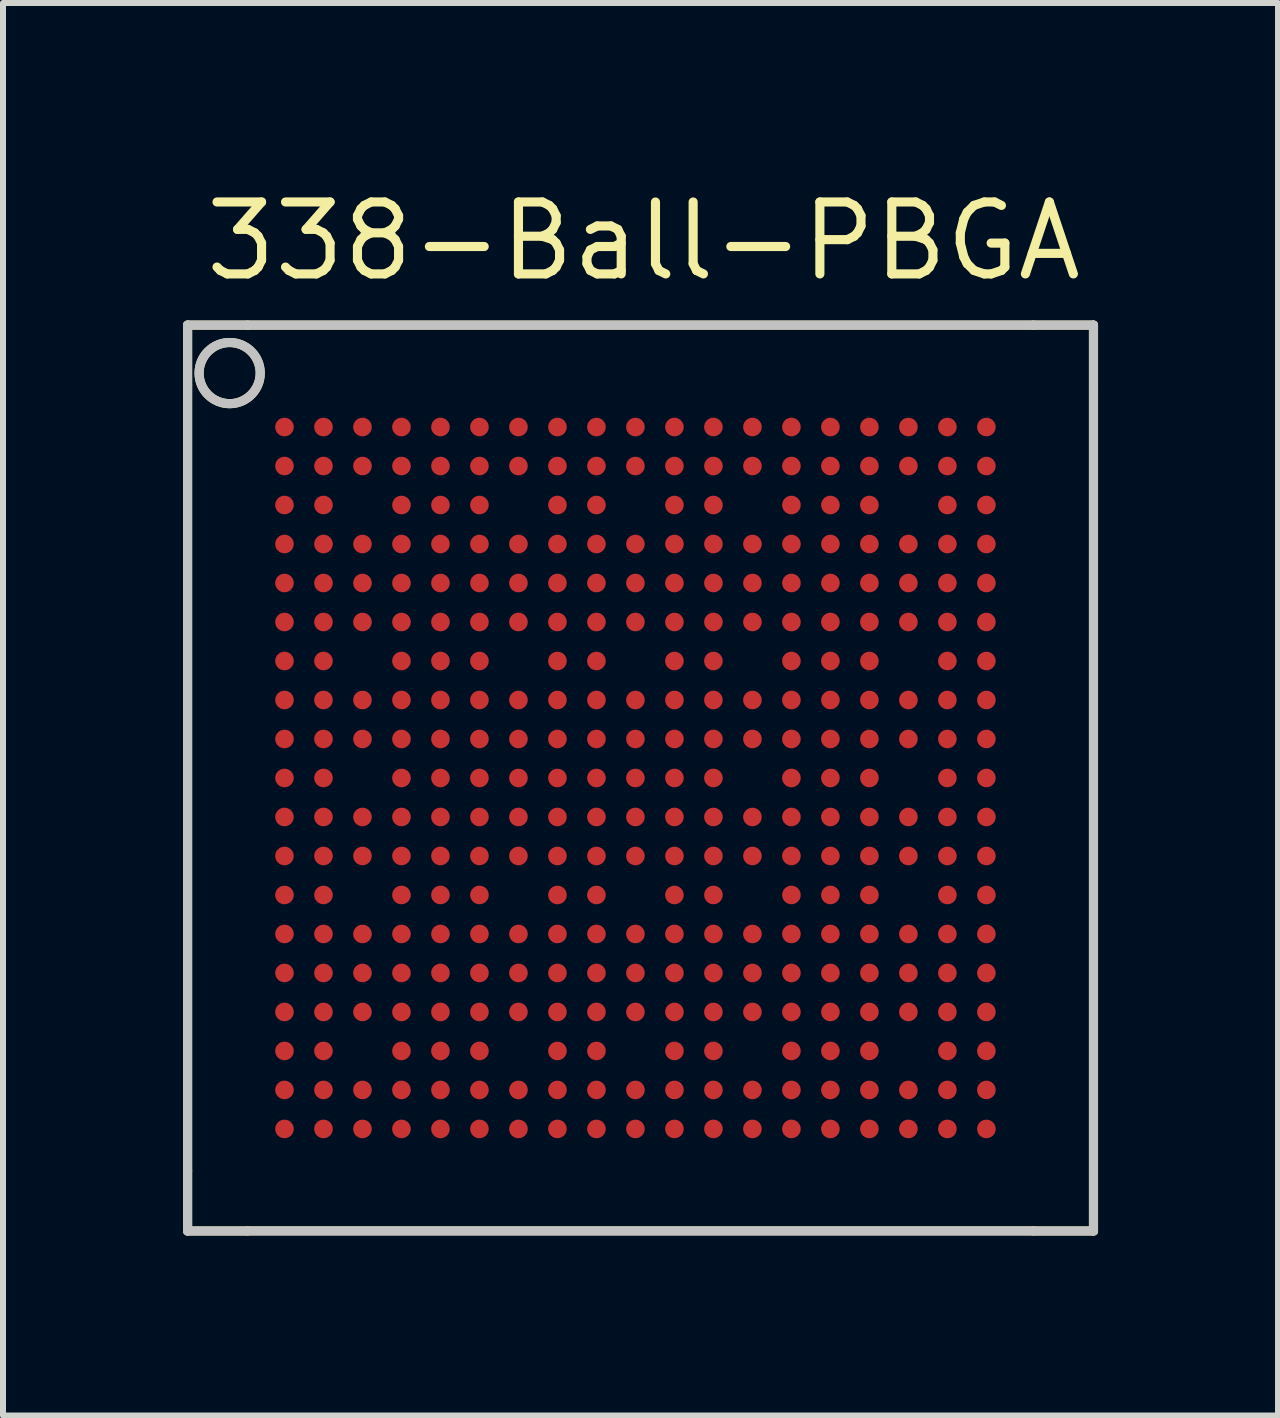
<source format=kicad_pcb>
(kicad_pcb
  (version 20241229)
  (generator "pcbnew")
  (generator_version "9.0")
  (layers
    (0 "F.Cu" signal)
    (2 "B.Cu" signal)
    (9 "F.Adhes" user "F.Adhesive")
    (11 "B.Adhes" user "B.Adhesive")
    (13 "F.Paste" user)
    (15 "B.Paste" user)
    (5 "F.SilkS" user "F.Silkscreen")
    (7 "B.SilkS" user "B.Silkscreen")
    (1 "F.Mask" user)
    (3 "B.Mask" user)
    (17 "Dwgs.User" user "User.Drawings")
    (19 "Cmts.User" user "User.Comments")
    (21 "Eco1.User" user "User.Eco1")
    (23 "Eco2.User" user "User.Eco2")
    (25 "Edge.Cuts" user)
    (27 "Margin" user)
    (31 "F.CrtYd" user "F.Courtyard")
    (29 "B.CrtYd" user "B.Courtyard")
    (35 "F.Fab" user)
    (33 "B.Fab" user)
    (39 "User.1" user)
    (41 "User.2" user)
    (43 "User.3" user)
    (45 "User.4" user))
  (footprint "338-Ball-PBGA"
    (layer "F.Cu")
    (at 1.692 4.068)
    (property "Reference" "338-Ball-PBGA" (at 5.984 -3.099 0) (layer "F.SilkS") (effects (font (size 1.199 1.199) (thickness 0.152))))
    (attr through_hole)
    (fp_line (start -1.615 -1.699) (end -0.615 -1.699) (stroke (width 0.152) (type solid)) (layer "F.SilkS"))
    (fp_line (start -1.615 -0.701) (end -1.615 -1.699) (stroke (width 0.152) (type solid)) (layer "F.SilkS"))
    (fp_line (start -1.615 -0.699) (end -1.615 12.4) (stroke (width 0.152) (type solid)) (layer "F.SilkS"))
    (fp_line (start -1.615 13.401) (end -1.615 12.4) (stroke (width 0.152) (type solid)) (layer "F.SilkS"))
    (fp_line (start -0.615 -1.699) (end 12.484 -1.699) (stroke (width 0.152) (type solid)) (layer "F.SilkS"))
    (fp_line (start -0.615 13.399) (end 12.484 13.399) (stroke (width 0.152) (type solid)) (layer "F.SilkS"))
    (fp_line (start -0.615 13.401) (end -1.615 13.401) (stroke (width 0.152) (type solid)) (layer "F.SilkS"))
    (fp_line (start 12.484 -1.699) (end 13.485 -1.699) (stroke (width 0.152) (type solid)) (layer "F.SilkS"))
    (fp_line (start 13.485 -1.699) (end 13.485 -0.701) (stroke (width 0.152) (type solid)) (layer "F.SilkS"))
    (fp_line (start 13.485 -0.701) (end 13.485 12.398) (stroke (width 0.152) (type solid)) (layer "F.SilkS"))
    (fp_line (start 13.485 12.4) (end 13.485 13.401) (stroke (width 0.152) (type solid)) (layer "F.SilkS"))
    (fp_line (start 13.485 13.401) (end 12.484 13.401) (stroke (width 0.152) (type solid)) (layer "F.SilkS"))
    (fp_circle (center -0.914 -0.899) (end -0.414 -0.8) (stroke (width 0.152) (type solid)) (fill no) (layer "F.SilkS"))
    (fp_line (start -1.615 -1.699) (end 13.485 -1.699) (stroke (width 0.152) (type solid)) (layer "Dwgs.User"))
    (fp_line (start -1.615 13.401) (end -1.615 -1.699) (stroke (width 0.152) (type solid)) (layer "Dwgs.User"))
    (fp_line (start 13.485 -1.699) (end 13.485 13.401) (stroke (width 0.152) (type solid)) (layer "Dwgs.User"))
    (fp_line (start 13.485 13.401) (end -1.615 13.401) (stroke (width 0.152) (type solid)) (layer "Dwgs.User"))
    (fp_circle (center -0.914 -0.899) (end -0.414 -0.8) (stroke (width 0.152) (type solid)) (fill no) (layer "Dwgs.User"))
    (pad "A1" smd circle (at 0 0) (size 0.31 0.31) (layers "F.Cu" "F.Mask" "F.Paste"))
    (pad "A2" smd circle (at 0.65 0) (size 0.31 0.31) (layers "F.Cu" "F.Mask" "F.Paste"))
    (pad "A3" smd circle (at 1.3 0) (size 0.31 0.31) (layers "F.Cu" "F.Mask" "F.Paste"))
    (pad "A4" smd circle (at 1.95 0) (size 0.31 0.31) (layers "F.Cu" "F.Mask" "F.Paste"))
    (pad "A5" smd circle (at 2.6 0) (size 0.31 0.31) (layers "F.Cu" "F.Mask" "F.Paste"))
    (pad "A6" smd circle (at 3.25 0) (size 0.31 0.31) (layers "F.Cu" "F.Mask" "F.Paste"))
    (pad "A7" smd circle (at 3.9 0) (size 0.31 0.31) (layers "F.Cu" "F.Mask" "F.Paste"))
    (pad "A8" smd circle (at 4.55 0) (size 0.31 0.31) (layers "F.Cu" "F.Mask" "F.Paste"))
    (pad "A9" smd circle (at 5.2 0) (size 0.31 0.31) (layers "F.Cu" "F.Mask" "F.Paste"))
    (pad "A10" smd circle (at 5.85 0) (size 0.31 0.31) (layers "F.Cu" "F.Mask" "F.Paste"))
    (pad "A11" smd circle (at 6.5 0) (size 0.31 0.31) (layers "F.Cu" "F.Mask" "F.Paste"))
    (pad "A12" smd circle (at 7.15 0) (size 0.31 0.31) (layers "F.Cu" "F.Mask" "F.Paste"))
    (pad "A13" smd circle (at 7.8 0) (size 0.31 0.31) (layers "F.Cu" "F.Mask" "F.Paste"))
    (pad "A14" smd circle (at 8.45 0) (size 0.31 0.31) (layers "F.Cu" "F.Mask" "F.Paste"))
    (pad "A15" smd circle (at 9.1 0) (size 0.31 0.31) (layers "F.Cu" "F.Mask" "F.Paste"))
    (pad "A16" smd circle (at 9.75 0) (size 0.31 0.31) (layers "F.Cu" "F.Mask" "F.Paste"))
    (pad "A17" smd circle (at 10.4 0) (size 0.31 0.31) (layers "F.Cu" "F.Mask" "F.Paste"))
    (pad "A18" smd circle (at 11.05 0) (size 0.31 0.31) (layers "F.Cu" "F.Mask" "F.Paste"))
    (pad "A19" smd circle (at 11.7 0) (size 0.31 0.31) (layers "F.Cu" "F.Mask" "F.Paste"))
    (pad "B1" smd circle (at 0 0.65) (size 0.31 0.31) (layers "F.Cu" "F.Mask" "F.Paste"))
    (pad "B2" smd circle (at 0.65 0.65) (size 0.31 0.31) (layers "F.Cu" "F.Mask" "F.Paste"))
    (pad "B3" smd circle (at 1.3 0.65) (size 0.31 0.31) (layers "F.Cu" "F.Mask" "F.Paste"))
    (pad "B4" smd circle (at 1.95 0.65) (size 0.31 0.31) (layers "F.Cu" "F.Mask" "F.Paste"))
    (pad "B5" smd circle (at 2.6 0.65) (size 0.31 0.31) (layers "F.Cu" "F.Mask" "F.Paste"))
    (pad "B6" smd circle (at 3.25 0.65) (size 0.31 0.31) (layers "F.Cu" "F.Mask" "F.Paste"))
    (pad "B7" smd circle (at 3.9 0.65) (size 0.31 0.31) (layers "F.Cu" "F.Mask" "F.Paste"))
    (pad "B8" smd circle (at 4.55 0.65) (size 0.31 0.31) (layers "F.Cu" "F.Mask" "F.Paste"))
    (pad "B9" smd circle (at 5.2 0.65) (size 0.31 0.31) (layers "F.Cu" "F.Mask" "F.Paste"))
    (pad "B10" smd circle (at 5.85 0.65) (size 0.31 0.31) (layers "F.Cu" "F.Mask" "F.Paste"))
    (pad "B11" smd circle (at 6.5 0.65) (size 0.31 0.31) (layers "F.Cu" "F.Mask" "F.Paste"))
    (pad "B12" smd circle (at 7.15 0.65) (size 0.31 0.31) (layers "F.Cu" "F.Mask" "F.Paste"))
    (pad "B13" smd circle (at 7.8 0.65) (size 0.31 0.31) (layers "F.Cu" "F.Mask" "F.Paste"))
    (pad "B14" smd circle (at 8.45 0.65) (size 0.31 0.31) (layers "F.Cu" "F.Mask" "F.Paste"))
    (pad "B15" smd circle (at 9.1 0.65) (size 0.31 0.31) (layers "F.Cu" "F.Mask" "F.Paste"))
    (pad "B16" smd circle (at 9.75 0.65) (size 0.31 0.31) (layers "F.Cu" "F.Mask" "F.Paste"))
    (pad "B17" smd circle (at 10.4 0.65) (size 0.31 0.31) (layers "F.Cu" "F.Mask" "F.Paste"))
    (pad "B18" smd circle (at 11.05 0.65) (size 0.31 0.31) (layers "F.Cu" "F.Mask" "F.Paste"))
    (pad "B19" smd circle (at 11.7 0.65) (size 0.31 0.31) (layers "F.Cu" "F.Mask" "F.Paste"))
    (pad "C1" smd circle (at 0 1.3) (size 0.31 0.31) (layers "F.Cu" "F.Mask" "F.Paste"))
    (pad "C2" smd circle (at 0.65 1.3) (size 0.31 0.31) (layers "F.Cu" "F.Mask" "F.Paste"))
    (pad "C4" smd circle (at 1.95 1.3) (size 0.31 0.31) (layers "F.Cu" "F.Mask" "F.Paste"))
    (pad "C5" smd circle (at 2.6 1.3) (size 0.31 0.31) (layers "F.Cu" "F.Mask" "F.Paste"))
    (pad "C6" smd circle (at 3.25 1.3) (size 0.31 0.31) (layers "F.Cu" "F.Mask" "F.Paste"))
    (pad "C8" smd circle (at 4.55 1.3) (size 0.31 0.31) (layers "F.Cu" "F.Mask" "F.Paste"))
    (pad "C9" smd circle (at 5.2 1.3) (size 0.31 0.31) (layers "F.Cu" "F.Mask" "F.Paste"))
    (pad "C11" smd circle (at 6.5 1.3) (size 0.31 0.31) (layers "F.Cu" "F.Mask" "F.Paste"))
    (pad "C12" smd circle (at 7.15 1.3) (size 0.31 0.31) (layers "F.Cu" "F.Mask" "F.Paste"))
    (pad "C14" smd circle (at 8.45 1.3) (size 0.31 0.31) (layers "F.Cu" "F.Mask" "F.Paste"))
    (pad "C15" smd circle (at 9.1 1.3) (size 0.31 0.31) (layers "F.Cu" "F.Mask" "F.Paste"))
    (pad "C16" smd circle (at 9.75 1.3) (size 0.31 0.31) (layers "F.Cu" "F.Mask" "F.Paste"))
    (pad "C18" smd circle (at 11.05 1.3) (size 0.31 0.31) (layers "F.Cu" "F.Mask" "F.Paste"))
    (pad "C19" smd circle (at 11.7 1.3) (size 0.31 0.31) (layers "F.Cu" "F.Mask" "F.Paste"))
    (pad "D1" smd circle (at 0 1.95) (size 0.31 0.31) (layers "F.Cu" "F.Mask" "F.Paste"))
    (pad "D2" smd circle (at 0.65 1.95) (size 0.31 0.31) (layers "F.Cu" "F.Mask" "F.Paste"))
    (pad "D3" smd circle (at 1.3 1.95) (size 0.31 0.31) (layers "F.Cu" "F.Mask" "F.Paste"))
    (pad "D4" smd circle (at 1.95 1.95) (size 0.31 0.31) (layers "F.Cu" "F.Mask" "F.Paste"))
    (pad "D5" smd circle (at 2.6 1.95) (size 0.31 0.31) (layers "F.Cu" "F.Mask" "F.Paste"))
    (pad "D6" smd circle (at 3.25 1.95) (size 0.31 0.31) (layers "F.Cu" "F.Mask" "F.Paste"))
    (pad "D7" smd circle (at 3.9 1.95) (size 0.31 0.31) (layers "F.Cu" "F.Mask" "F.Paste"))
    (pad "D8" smd circle (at 4.55 1.95) (size 0.31 0.31) (layers "F.Cu" "F.Mask" "F.Paste"))
    (pad "D9" smd circle (at 5.2 1.95) (size 0.31 0.31) (layers "F.Cu" "F.Mask" "F.Paste"))
    (pad "D10" smd circle (at 5.85 1.95) (size 0.31 0.31) (layers "F.Cu" "F.Mask" "F.Paste"))
    (pad "D11" smd circle (at 6.5 1.95) (size 0.31 0.31) (layers "F.Cu" "F.Mask" "F.Paste"))
    (pad "D12" smd circle (at 7.15 1.95) (size 0.31 0.31) (layers "F.Cu" "F.Mask" "F.Paste"))
    (pad "D13" smd circle (at 7.8 1.95) (size 0.31 0.31) (layers "F.Cu" "F.Mask" "F.Paste"))
    (pad "D14" smd circle (at 8.45 1.95) (size 0.31 0.31) (layers "F.Cu" "F.Mask" "F.Paste"))
    (pad "D15" smd circle (at 9.1 1.95) (size 0.31 0.31) (layers "F.Cu" "F.Mask" "F.Paste"))
    (pad "D16" smd circle (at 9.75 1.95) (size 0.31 0.31) (layers "F.Cu" "F.Mask" "F.Paste"))
    (pad "D17" smd circle (at 10.4 1.95) (size 0.31 0.31) (layers "F.Cu" "F.Mask" "F.Paste"))
    (pad "D18" smd circle (at 11.05 1.95) (size 0.31 0.31) (layers "F.Cu" "F.Mask" "F.Paste"))
    (pad "D19" smd circle (at 11.7 1.95) (size 0.31 0.31) (layers "F.Cu" "F.Mask" "F.Paste"))
    (pad "E1" smd circle (at 0 2.6) (size 0.31 0.31) (layers "F.Cu" "F.Mask" "F.Paste"))
    (pad "E2" smd circle (at 0.65 2.6) (size 0.31 0.31) (layers "F.Cu" "F.Mask" "F.Paste"))
    (pad "E3" smd circle (at 1.3 2.6) (size 0.31 0.31) (layers "F.Cu" "F.Mask" "F.Paste"))
    (pad "E4" smd circle (at 1.95 2.6) (size 0.31 0.31) (layers "F.Cu" "F.Mask" "F.Paste"))
    (pad "E5" smd circle (at 2.6 2.6) (size 0.31 0.31) (layers "F.Cu" "F.Mask" "F.Paste"))
    (pad "E6" smd circle (at 3.25 2.6) (size 0.31 0.31) (layers "F.Cu" "F.Mask" "F.Paste"))
    (pad "E7" smd circle (at 3.9 2.6) (size 0.31 0.31) (layers "F.Cu" "F.Mask" "F.Paste"))
    (pad "E8" smd circle (at 4.55 2.6) (size 0.31 0.31) (layers "F.Cu" "F.Mask" "F.Paste"))
    (pad "E9" smd circle (at 5.2 2.6) (size 0.31 0.31) (layers "F.Cu" "F.Mask" "F.Paste"))
    (pad "E10" smd circle (at 5.85 2.6) (size 0.31 0.31) (layers "F.Cu" "F.Mask" "F.Paste"))
    (pad "E11" smd circle (at 6.5 2.6) (size 0.31 0.31) (layers "F.Cu" "F.Mask" "F.Paste"))
    (pad "E12" smd circle (at 7.15 2.6) (size 0.31 0.31) (layers "F.Cu" "F.Mask" "F.Paste"))
    (pad "E13" smd circle (at 7.8 2.6) (size 0.31 0.31) (layers "F.Cu" "F.Mask" "F.Paste"))
    (pad "E14" smd circle (at 8.45 2.6) (size 0.31 0.31) (layers "F.Cu" "F.Mask" "F.Paste"))
    (pad "E15" smd circle (at 9.1 2.6) (size 0.31 0.31) (layers "F.Cu" "F.Mask" "F.Paste"))
    (pad "E16" smd circle (at 9.75 2.6) (size 0.31 0.31) (layers "F.Cu" "F.Mask" "F.Paste"))
    (pad "E17" smd circle (at 10.4 2.6) (size 0.31 0.31) (layers "F.Cu" "F.Mask" "F.Paste"))
    (pad "E18" smd circle (at 11.05 2.6) (size 0.31 0.31) (layers "F.Cu" "F.Mask" "F.Paste"))
    (pad "E19" smd circle (at 11.7 2.6) (size 0.31 0.31) (layers "F.Cu" "F.Mask" "F.Paste"))
    (pad "F1" smd circle (at 0 3.25) (size 0.31 0.31) (layers "F.Cu" "F.Mask" "F.Paste"))
    (pad "F2" smd circle (at 0.65 3.25) (size 0.31 0.31) (layers "F.Cu" "F.Mask" "F.Paste"))
    (pad "F3" smd circle (at 1.3 3.25) (size 0.31 0.31) (layers "F.Cu" "F.Mask" "F.Paste"))
    (pad "F4" smd circle (at 1.95 3.25) (size 0.31 0.31) (layers "F.Cu" "F.Mask" "F.Paste"))
    (pad "F5" smd circle (at 2.6 3.25) (size 0.31 0.31) (layers "F.Cu" "F.Mask" "F.Paste"))
    (pad "F6" smd circle (at 3.25 3.25) (size 0.31 0.31) (layers "F.Cu" "F.Mask" "F.Paste"))
    (pad "F7" smd circle (at 3.9 3.25) (size 0.31 0.31) (layers "F.Cu" "F.Mask" "F.Paste"))
    (pad "F8" smd circle (at 4.55 3.25) (size 0.31 0.31) (layers "F.Cu" "F.Mask" "F.Paste"))
    (pad "F9" smd circle (at 5.2 3.25) (size 0.31 0.31) (layers "F.Cu" "F.Mask" "F.Paste"))
    (pad "F10" smd circle (at 5.85 3.25) (size 0.31 0.31) (layers "F.Cu" "F.Mask" "F.Paste"))
    (pad "F11" smd circle (at 6.5 3.25) (size 0.31 0.31) (layers "F.Cu" "F.Mask" "F.Paste"))
    (pad "F12" smd circle (at 7.15 3.25) (size 0.31 0.31) (layers "F.Cu" "F.Mask" "F.Paste"))
    (pad "F13" smd circle (at 7.8 3.25) (size 0.31 0.31) (layers "F.Cu" "F.Mask" "F.Paste"))
    (pad "F14" smd circle (at 8.45 3.25) (size 0.31 0.31) (layers "F.Cu" "F.Mask" "F.Paste"))
    (pad "F15" smd circle (at 9.1 3.25) (size 0.31 0.31) (layers "F.Cu" "F.Mask" "F.Paste"))
    (pad "F16" smd circle (at 9.75 3.25) (size 0.31 0.31) (layers "F.Cu" "F.Mask" "F.Paste"))
    (pad "F17" smd circle (at 10.4 3.25) (size 0.31 0.31) (layers "F.Cu" "F.Mask" "F.Paste"))
    (pad "F18" smd circle (at 11.05 3.25) (size 0.31 0.31) (layers "F.Cu" "F.Mask" "F.Paste"))
    (pad "F19" smd circle (at 11.7 3.25) (size 0.31 0.31) (layers "F.Cu" "F.Mask" "F.Paste"))
    (pad "G1" smd circle (at 0 3.9) (size 0.31 0.31) (layers "F.Cu" "F.Mask" "F.Paste"))
    (pad "G2" smd circle (at 0.65 3.9) (size 0.31 0.31) (layers "F.Cu" "F.Mask" "F.Paste"))
    (pad "G4" smd circle (at 1.95 3.9) (size 0.31 0.31) (layers "F.Cu" "F.Mask" "F.Paste"))
    (pad "G5" smd circle (at 2.6 3.9) (size 0.31 0.31) (layers "F.Cu" "F.Mask" "F.Paste"))
    (pad "G6" smd circle (at 3.25 3.9) (size 0.31 0.31) (layers "F.Cu" "F.Mask" "F.Paste"))
    (pad "G8" smd circle (at 4.55 3.9) (size 0.31 0.31) (layers "F.Cu" "F.Mask" "F.Paste"))
    (pad "G9" smd circle (at 5.2 3.9) (size 0.31 0.31) (layers "F.Cu" "F.Mask" "F.Paste"))
    (pad "G11" smd circle (at 6.5 3.9) (size 0.31 0.31) (layers "F.Cu" "F.Mask" "F.Paste"))
    (pad "G12" smd circle (at 7.15 3.9) (size 0.31 0.31) (layers "F.Cu" "F.Mask" "F.Paste"))
    (pad "G14" smd circle (at 8.45 3.9) (size 0.31 0.31) (layers "F.Cu" "F.Mask" "F.Paste"))
    (pad "G15" smd circle (at 9.1 3.9) (size 0.31 0.31) (layers "F.Cu" "F.Mask" "F.Paste"))
    (pad "G16" smd circle (at 9.75 3.9) (size 0.31 0.31) (layers "F.Cu" "F.Mask" "F.Paste"))
    (pad "G18" smd circle (at 11.05 3.9) (size 0.31 0.31) (layers "F.Cu" "F.Mask" "F.Paste"))
    (pad "G19" smd circle (at 11.7 3.9) (size 0.31 0.31) (layers "F.Cu" "F.Mask" "F.Paste"))
    (pad "H1" smd circle (at 0 4.55) (size 0.31 0.31) (layers "F.Cu" "F.Mask" "F.Paste"))
    (pad "H2" smd circle (at 0.65 4.55) (size 0.31 0.31) (layers "F.Cu" "F.Mask" "F.Paste"))
    (pad "H3" smd circle (at 1.3 4.55) (size 0.31 0.31) (layers "F.Cu" "F.Mask" "F.Paste"))
    (pad "H4" smd circle (at 1.95 4.55) (size 0.31 0.31) (layers "F.Cu" "F.Mask" "F.Paste"))
    (pad "H5" smd circle (at 2.6 4.55) (size 0.31 0.31) (layers "F.Cu" "F.Mask" "F.Paste"))
    (pad "H6" smd circle (at 3.25 4.55) (size 0.31 0.31) (layers "F.Cu" "F.Mask" "F.Paste"))
    (pad "H7" smd circle (at 3.9 4.55) (size 0.31 0.31) (layers "F.Cu" "F.Mask" "F.Paste"))
    (pad "H8" smd circle (at 4.55 4.55) (size 0.31 0.31) (layers "F.Cu" "F.Mask" "F.Paste"))
    (pad "H9" smd circle (at 5.2 4.55) (size 0.31 0.31) (layers "F.Cu" "F.Mask" "F.Paste"))
    (pad "H10" smd circle (at 5.85 4.55) (size 0.31 0.31) (layers "F.Cu" "F.Mask" "F.Paste"))
    (pad "H11" smd circle (at 6.5 4.55) (size 0.31 0.31) (layers "F.Cu" "F.Mask" "F.Paste"))
    (pad "H12" smd circle (at 7.15 4.55) (size 0.31 0.31) (layers "F.Cu" "F.Mask" "F.Paste"))
    (pad "H13" smd circle (at 7.8 4.55) (size 0.31 0.31) (layers "F.Cu" "F.Mask" "F.Paste"))
    (pad "H14" smd circle (at 8.45 4.55) (size 0.31 0.31) (layers "F.Cu" "F.Mask" "F.Paste"))
    (pad "H15" smd circle (at 9.1 4.55) (size 0.31 0.31) (layers "F.Cu" "F.Mask" "F.Paste"))
    (pad "H16" smd circle (at 9.75 4.55) (size 0.31 0.31) (layers "F.Cu" "F.Mask" "F.Paste"))
    (pad "H17" smd circle (at 10.4 4.55) (size 0.31 0.31) (layers "F.Cu" "F.Mask" "F.Paste"))
    (pad "H18" smd circle (at 11.05 4.55) (size 0.31 0.31) (layers "F.Cu" "F.Mask" "F.Paste"))
    (pad "H19" smd circle (at 11.7 4.55) (size 0.31 0.31) (layers "F.Cu" "F.Mask" "F.Paste"))
    (pad "J1" smd circle (at 0 5.2) (size 0.31 0.31) (layers "F.Cu" "F.Mask" "F.Paste"))
    (pad "J2" smd circle (at 0.65 5.2) (size 0.31 0.31) (layers "F.Cu" "F.Mask" "F.Paste"))
    (pad "J3" smd circle (at 1.3 5.2) (size 0.31 0.31) (layers "F.Cu" "F.Mask" "F.Paste"))
    (pad "J4" smd circle (at 1.95 5.2) (size 0.31 0.31) (layers "F.Cu" "F.Mask" "F.Paste"))
    (pad "J5" smd circle (at 2.6 5.2) (size 0.31 0.31) (layers "F.Cu" "F.Mask" "F.Paste"))
    (pad "J6" smd circle (at 3.25 5.2) (size 0.31 0.31) (layers "F.Cu" "F.Mask" "F.Paste"))
    (pad "J7" smd circle (at 3.9 5.2) (size 0.31 0.31) (layers "F.Cu" "F.Mask" "F.Paste"))
    (pad "J8" smd circle (at 4.55 5.2) (size 0.31 0.31) (layers "F.Cu" "F.Mask" "F.Paste"))
    (pad "J9" smd circle (at 5.2 5.2) (size 0.31 0.31) (layers "F.Cu" "F.Mask" "F.Paste"))
    (pad "J10" smd circle (at 5.85 5.2) (size 0.31 0.31) (layers "F.Cu" "F.Mask" "F.Paste"))
    (pad "J11" smd circle (at 6.5 5.2) (size 0.31 0.31) (layers "F.Cu" "F.Mask" "F.Paste"))
    (pad "J12" smd circle (at 7.15 5.2) (size 0.31 0.31) (layers "F.Cu" "F.Mask" "F.Paste"))
    (pad "J13" smd circle (at 7.8 5.2) (size 0.31 0.31) (layers "F.Cu" "F.Mask" "F.Paste"))
    (pad "J14" smd circle (at 8.45 5.2) (size 0.31 0.31) (layers "F.Cu" "F.Mask" "F.Paste"))
    (pad "J15" smd circle (at 9.1 5.2) (size 0.31 0.31) (layers "F.Cu" "F.Mask" "F.Paste"))
    (pad "J16" smd circle (at 9.75 5.2) (size 0.31 0.31) (layers "F.Cu" "F.Mask" "F.Paste"))
    (pad "J17" smd circle (at 10.4 5.2) (size 0.31 0.31) (layers "F.Cu" "F.Mask" "F.Paste"))
    (pad "J18" smd circle (at 11.05 5.2) (size 0.31 0.31) (layers "F.Cu" "F.Mask" "F.Paste"))
    (pad "J19" smd circle (at 11.7 5.2) (size 0.31 0.31) (layers "F.Cu" "F.Mask" "F.Paste"))
    (pad "K1" smd circle (at 0 5.85) (size 0.31 0.31) (layers "F.Cu" "F.Mask" "F.Paste"))
    (pad "K2" smd circle (at 0.65 5.85) (size 0.31 0.31) (layers "F.Cu" "F.Mask" "F.Paste"))
    (pad "K4" smd circle (at 1.95 5.85) (size 0.31 0.31) (layers "F.Cu" "F.Mask" "F.Paste"))
    (pad "K5" smd circle (at 2.6 5.85) (size 0.31 0.31) (layers "F.Cu" "F.Mask" "F.Paste"))
    (pad "K6" smd circle (at 3.25 5.85) (size 0.31 0.31) (layers "F.Cu" "F.Mask" "F.Paste"))
    (pad "K7" smd circle (at 3.9 5.85) (size 0.31 0.31) (layers "F.Cu" "F.Mask" "F.Paste"))
    (pad "K8" smd circle (at 4.55 5.85) (size 0.31 0.31) (layers "F.Cu" "F.Mask" "F.Paste"))
    (pad "K9" smd circle (at 5.2 5.85) (size 0.31 0.31) (layers "F.Cu" "F.Mask" "F.Paste"))
    (pad "K10" smd circle (at 5.85 5.85) (size 0.31 0.31) (layers "F.Cu" "F.Mask" "F.Paste"))
    (pad "K11" smd circle (at 6.5 5.85) (size 0.31 0.31) (layers "F.Cu" "F.Mask" "F.Paste"))
    (pad "K12" smd circle (at 7.15 5.85) (size 0.31 0.31) (layers "F.Cu" "F.Mask" "F.Paste"))
    (pad "K14" smd circle (at 8.45 5.85) (size 0.31 0.31) (layers "F.Cu" "F.Mask" "F.Paste"))
    (pad "K15" smd circle (at 9.1 5.85) (size 0.31 0.31) (layers "F.Cu" "F.Mask" "F.Paste"))
    (pad "K16" smd circle (at 9.75 5.85) (size 0.31 0.31) (layers "F.Cu" "F.Mask" "F.Paste"))
    (pad "K18" smd circle (at 11.05 5.85) (size 0.31 0.31) (layers "F.Cu" "F.Mask" "F.Paste"))
    (pad "K19" smd circle (at 11.7 5.85) (size 0.31 0.31) (layers "F.Cu" "F.Mask" "F.Paste"))
    (pad "L1" smd circle (at 0 6.5) (size 0.31 0.31) (layers "F.Cu" "F.Mask" "F.Paste"))
    (pad "L2" smd circle (at 0.65 6.5) (size 0.31 0.31) (layers "F.Cu" "F.Mask" "F.Paste"))
    (pad "L3" smd circle (at 1.3 6.5) (size 0.31 0.31) (layers "F.Cu" "F.Mask" "F.Paste"))
    (pad "L4" smd circle (at 1.95 6.5) (size 0.31 0.31) (layers "F.Cu" "F.Mask" "F.Paste"))
    (pad "L5" smd circle (at 2.6 6.5) (size 0.31 0.31) (layers "F.Cu" "F.Mask" "F.Paste"))
    (pad "L6" smd circle (at 3.25 6.5) (size 0.31 0.31) (layers "F.Cu" "F.Mask" "F.Paste"))
    (pad "L7" smd circle (at 3.9 6.5) (size 0.31 0.31) (layers "F.Cu" "F.Mask" "F.Paste"))
    (pad "L8" smd circle (at 4.55 6.5) (size 0.31 0.31) (layers "F.Cu" "F.Mask" "F.Paste"))
    (pad "L9" smd circle (at 5.2 6.5) (size 0.31 0.31) (layers "F.Cu" "F.Mask" "F.Paste"))
    (pad "L10" smd circle (at 5.85 6.5) (size 0.31 0.31) (layers "F.Cu" "F.Mask" "F.Paste"))
    (pad "L11" smd circle (at 6.5 6.5) (size 0.31 0.31) (layers "F.Cu" "F.Mask" "F.Paste"))
    (pad "L12" smd circle (at 7.15 6.5) (size 0.31 0.31) (layers "F.Cu" "F.Mask" "F.Paste"))
    (pad "L13" smd circle (at 7.8 6.5) (size 0.31 0.31) (layers "F.Cu" "F.Mask" "F.Paste"))
    (pad "L14" smd circle (at 8.45 6.5) (size 0.31 0.31) (layers "F.Cu" "F.Mask" "F.Paste"))
    (pad "L15" smd circle (at 9.1 6.5) (size 0.31 0.31) (layers "F.Cu" "F.Mask" "F.Paste"))
    (pad "L16" smd circle (at 9.75 6.5) (size 0.31 0.31) (layers "F.Cu" "F.Mask" "F.Paste"))
    (pad "L17" smd circle (at 10.4 6.5) (size 0.31 0.31) (layers "F.Cu" "F.Mask" "F.Paste"))
    (pad "L18" smd circle (at 11.05 6.5) (size 0.31 0.31) (layers "F.Cu" "F.Mask" "F.Paste"))
    (pad "L19" smd circle (at 11.7 6.5) (size 0.31 0.31) (layers "F.Cu" "F.Mask" "F.Paste"))
    (pad "M1" smd circle (at 0 7.15) (size 0.31 0.31) (layers "F.Cu" "F.Mask" "F.Paste"))
    (pad "M2" smd circle (at 0.65 7.15) (size 0.31 0.31) (layers "F.Cu" "F.Mask" "F.Paste"))
    (pad "M3" smd circle (at 1.3 7.15) (size 0.31 0.31) (layers "F.Cu" "F.Mask" "F.Paste"))
    (pad "M4" smd circle (at 1.95 7.15) (size 0.31 0.31) (layers "F.Cu" "F.Mask" "F.Paste"))
    (pad "M5" smd circle (at 2.6 7.15) (size 0.31 0.31) (layers "F.Cu" "F.Mask" "F.Paste"))
    (pad "M6" smd circle (at 3.25 7.15) (size 0.31 0.31) (layers "F.Cu" "F.Mask" "F.Paste"))
    (pad "M7" smd circle (at 3.9 7.15) (size 0.31 0.31) (layers "F.Cu" "F.Mask" "F.Paste"))
    (pad "M8" smd circle (at 4.55 7.15) (size 0.31 0.31) (layers "F.Cu" "F.Mask" "F.Paste"))
    (pad "M9" smd circle (at 5.2 7.15) (size 0.31 0.31) (layers "F.Cu" "F.Mask" "F.Paste"))
    (pad "M10" smd circle (at 5.85 7.15) (size 0.31 0.31) (layers "F.Cu" "F.Mask" "F.Paste"))
    (pad "M11" smd circle (at 6.5 7.15) (size 0.31 0.31) (layers "F.Cu" "F.Mask" "F.Paste"))
    (pad "M12" smd circle (at 7.15 7.15) (size 0.31 0.31) (layers "F.Cu" "F.Mask" "F.Paste"))
    (pad "M13" smd circle (at 7.8 7.15) (size 0.31 0.31) (layers "F.Cu" "F.Mask" "F.Paste"))
    (pad "M14" smd circle (at 8.45 7.15) (size 0.31 0.31) (layers "F.Cu" "F.Mask" "F.Paste"))
    (pad "M15" smd circle (at 9.1 7.15) (size 0.31 0.31) (layers "F.Cu" "F.Mask" "F.Paste"))
    (pad "M16" smd circle (at 9.75 7.15) (size 0.31 0.31) (layers "F.Cu" "F.Mask" "F.Paste"))
    (pad "M17" smd circle (at 10.4 7.15) (size 0.31 0.31) (layers "F.Cu" "F.Mask" "F.Paste"))
    (pad "M18" smd circle (at 11.05 7.15) (size 0.31 0.31) (layers "F.Cu" "F.Mask" "F.Paste"))
    (pad "M19" smd circle (at 11.7 7.15) (size 0.31 0.31) (layers "F.Cu" "F.Mask" "F.Paste"))
    (pad "N1" smd circle (at 0 7.8) (size 0.31 0.31) (layers "F.Cu" "F.Mask" "F.Paste"))
    (pad "N2" smd circle (at 0.65 7.8) (size 0.31 0.31) (layers "F.Cu" "F.Mask" "F.Paste"))
    (pad "N4" smd circle (at 1.95 7.8) (size 0.31 0.31) (layers "F.Cu" "F.Mask" "F.Paste"))
    (pad "N5" smd circle (at 2.6 7.8) (size 0.31 0.31) (layers "F.Cu" "F.Mask" "F.Paste"))
    (pad "N6" smd circle (at 3.25 7.8) (size 0.31 0.31) (layers "F.Cu" "F.Mask" "F.Paste"))
    (pad "N8" smd circle (at 4.55 7.8) (size 0.31 0.31) (layers "F.Cu" "F.Mask" "F.Paste"))
    (pad "N9" smd circle (at 5.2 7.8) (size 0.31 0.31) (layers "F.Cu" "F.Mask" "F.Paste"))
    (pad "N11" smd circle (at 6.5 7.8) (size 0.31 0.31) (layers "F.Cu" "F.Mask" "F.Paste"))
    (pad "N12" smd circle (at 7.15 7.8) (size 0.31 0.31) (layers "F.Cu" "F.Mask" "F.Paste"))
    (pad "N14" smd circle (at 8.45 7.8) (size 0.31 0.31) (layers "F.Cu" "F.Mask" "F.Paste"))
    (pad "N15" smd circle (at 9.1 7.8) (size 0.31 0.31) (layers "F.Cu" "F.Mask" "F.Paste"))
    (pad "N16" smd circle (at 9.75 7.8) (size 0.31 0.31) (layers "F.Cu" "F.Mask" "F.Paste"))
    (pad "N18" smd circle (at 11.05 7.8) (size 0.31 0.31) (layers "F.Cu" "F.Mask" "F.Paste"))
    (pad "N19" smd circle (at 11.7 7.8) (size 0.31 0.31) (layers "F.Cu" "F.Mask" "F.Paste"))
    (pad "P1" smd circle (at 0 8.45) (size 0.31 0.31) (layers "F.Cu" "F.Mask" "F.Paste"))
    (pad "P2" smd circle (at 0.65 8.45) (size 0.31 0.31) (layers "F.Cu" "F.Mask" "F.Paste"))
    (pad "P3" smd circle (at 1.3 8.45) (size 0.31 0.31) (layers "F.Cu" "F.Mask" "F.Paste"))
    (pad "P4" smd circle (at 1.95 8.45) (size 0.31 0.31) (layers "F.Cu" "F.Mask" "F.Paste"))
    (pad "P5" smd circle (at 2.6 8.45) (size 0.31 0.31) (layers "F.Cu" "F.Mask" "F.Paste"))
    (pad "P6" smd circle (at 3.25 8.45) (size 0.31 0.31) (layers "F.Cu" "F.Mask" "F.Paste"))
    (pad "P7" smd circle (at 3.9 8.45) (size 0.31 0.31) (layers "F.Cu" "F.Mask" "F.Paste"))
    (pad "P8" smd circle (at 4.55 8.45) (size 0.31 0.31) (layers "F.Cu" "F.Mask" "F.Paste"))
    (pad "P9" smd circle (at 5.2 8.45) (size 0.31 0.31) (layers "F.Cu" "F.Mask" "F.Paste"))
    (pad "P10" smd circle (at 5.85 8.45) (size 0.31 0.31) (layers "F.Cu" "F.Mask" "F.Paste"))
    (pad "P11" smd circle (at 6.5 8.45) (size 0.31 0.31) (layers "F.Cu" "F.Mask" "F.Paste"))
    (pad "P12" smd circle (at 7.15 8.45) (size 0.31 0.31) (layers "F.Cu" "F.Mask" "F.Paste"))
    (pad "P13" smd circle (at 7.8 8.45) (size 0.31 0.31) (layers "F.Cu" "F.Mask" "F.Paste"))
    (pad "P14" smd circle (at 8.45 8.45) (size 0.31 0.31) (layers "F.Cu" "F.Mask" "F.Paste"))
    (pad "P15" smd circle (at 9.1 8.45) (size 0.31 0.31) (layers "F.Cu" "F.Mask" "F.Paste"))
    (pad "P16" smd circle (at 9.75 8.45) (size 0.31 0.31) (layers "F.Cu" "F.Mask" "F.Paste"))
    (pad "P17" smd circle (at 10.4 8.45) (size 0.31 0.31) (layers "F.Cu" "F.Mask" "F.Paste"))
    (pad "P18" smd circle (at 11.05 8.45) (size 0.31 0.31) (layers "F.Cu" "F.Mask" "F.Paste"))
    (pad "P19" smd circle (at 11.7 8.45) (size 0.31 0.31) (layers "F.Cu" "F.Mask" "F.Paste"))
    (pad "R1" smd circle (at 0 9.1) (size 0.31 0.31) (layers "F.Cu" "F.Mask" "F.Paste"))
    (pad "R2" smd circle (at 0.65 9.1) (size 0.31 0.31) (layers "F.Cu" "F.Mask" "F.Paste"))
    (pad "R3" smd circle (at 1.3 9.1) (size 0.31 0.31) (layers "F.Cu" "F.Mask" "F.Paste"))
    (pad "R4" smd circle (at 1.95 9.1) (size 0.31 0.31) (layers "F.Cu" "F.Mask" "F.Paste"))
    (pad "R5" smd circle (at 2.6 9.1) (size 0.31 0.31) (layers "F.Cu" "F.Mask" "F.Paste"))
    (pad "R6" smd circle (at 3.25 9.1) (size 0.31 0.31) (layers "F.Cu" "F.Mask" "F.Paste"))
    (pad "R7" smd circle (at 3.9 9.1) (size 0.31 0.31) (layers "F.Cu" "F.Mask" "F.Paste"))
    (pad "R8" smd circle (at 4.55 9.1) (size 0.31 0.31) (layers "F.Cu" "F.Mask" "F.Paste"))
    (pad "R9" smd circle (at 5.2 9.1) (size 0.31 0.31) (layers "F.Cu" "F.Mask" "F.Paste"))
    (pad "R10" smd circle (at 5.85 9.1) (size 0.31 0.31) (layers "F.Cu" "F.Mask" "F.Paste"))
    (pad "R11" smd circle (at 6.5 9.1) (size 0.31 0.31) (layers "F.Cu" "F.Mask" "F.Paste"))
    (pad "R12" smd circle (at 7.15 9.1) (size 0.31 0.31) (layers "F.Cu" "F.Mask" "F.Paste"))
    (pad "R13" smd circle (at 7.8 9.1) (size 0.31 0.31) (layers "F.Cu" "F.Mask" "F.Paste"))
    (pad "R14" smd circle (at 8.45 9.1) (size 0.31 0.31) (layers "F.Cu" "F.Mask" "F.Paste"))
    (pad "R15" smd circle (at 9.1 9.1) (size 0.31 0.31) (layers "F.Cu" "F.Mask" "F.Paste"))
    (pad "R16" smd circle (at 9.75 9.1) (size 0.31 0.31) (layers "F.Cu" "F.Mask" "F.Paste"))
    (pad "R17" smd circle (at 10.4 9.1) (size 0.31 0.31) (layers "F.Cu" "F.Mask" "F.Paste"))
    (pad "R18" smd circle (at 11.05 9.1) (size 0.31 0.31) (layers "F.Cu" "F.Mask" "F.Paste"))
    (pad "R19" smd circle (at 11.7 9.1) (size 0.31 0.31) (layers "F.Cu" "F.Mask" "F.Paste"))
    (pad "T1" smd circle (at 0 9.75) (size 0.31 0.31) (layers "F.Cu" "F.Mask" "F.Paste"))
    (pad "T2" smd circle (at 0.65 9.75) (size 0.31 0.31) (layers "F.Cu" "F.Mask" "F.Paste"))
    (pad "T3" smd circle (at 1.3 9.75) (size 0.31 0.31) (layers "F.Cu" "F.Mask" "F.Paste"))
    (pad "T4" smd circle (at 1.95 9.75) (size 0.31 0.31) (layers "F.Cu" "F.Mask" "F.Paste"))
    (pad "T5" smd circle (at 2.6 9.75) (size 0.31 0.31) (layers "F.Cu" "F.Mask" "F.Paste"))
    (pad "T6" smd circle (at 3.25 9.75) (size 0.31 0.31) (layers "F.Cu" "F.Mask" "F.Paste"))
    (pad "T7" smd circle (at 3.9 9.75) (size 0.31 0.31) (layers "F.Cu" "F.Mask" "F.Paste"))
    (pad "T8" smd circle (at 4.55 9.75) (size 0.31 0.31) (layers "F.Cu" "F.Mask" "F.Paste"))
    (pad "T9" smd circle (at 5.2 9.75) (size 0.31 0.31) (layers "F.Cu" "F.Mask" "F.Paste"))
    (pad "T10" smd circle (at 5.85 9.75) (size 0.31 0.31) (layers "F.Cu" "F.Mask" "F.Paste"))
    (pad "T11" smd circle (at 6.5 9.75) (size 0.31 0.31) (layers "F.Cu" "F.Mask" "F.Paste"))
    (pad "T12" smd circle (at 7.15 9.75) (size 0.31 0.31) (layers "F.Cu" "F.Mask" "F.Paste"))
    (pad "T13" smd circle (at 7.8 9.75) (size 0.31 0.31) (layers "F.Cu" "F.Mask" "F.Paste"))
    (pad "T14" smd circle (at 8.45 9.75) (size 0.31 0.31) (layers "F.Cu" "F.Mask" "F.Paste"))
    (pad "T15" smd circle (at 9.1 9.75) (size 0.31 0.31) (layers "F.Cu" "F.Mask" "F.Paste"))
    (pad "T16" smd circle (at 9.75 9.75) (size 0.31 0.31) (layers "F.Cu" "F.Mask" "F.Paste"))
    (pad "T17" smd circle (at 10.4 9.75) (size 0.31 0.31) (layers "F.Cu" "F.Mask" "F.Paste"))
    (pad "T18" smd circle (at 11.05 9.75) (size 0.31 0.31) (layers "F.Cu" "F.Mask" "F.Paste"))
    (pad "T19" smd circle (at 11.7 9.75) (size 0.31 0.31) (layers "F.Cu" "F.Mask" "F.Paste"))
    (pad "U1" smd circle (at 0 10.4) (size 0.31 0.31) (layers "F.Cu" "F.Mask" "F.Paste"))
    (pad "U2" smd circle (at 0.65 10.4) (size 0.31 0.31) (layers "F.Cu" "F.Mask" "F.Paste"))
    (pad "U4" smd circle (at 1.95 10.4) (size 0.31 0.31) (layers "F.Cu" "F.Mask" "F.Paste"))
    (pad "U5" smd circle (at 2.6 10.4) (size 0.31 0.31) (layers "F.Cu" "F.Mask" "F.Paste"))
    (pad "U6" smd circle (at 3.25 10.4) (size 0.31 0.31) (layers "F.Cu" "F.Mask" "F.Paste"))
    (pad "U8" smd circle (at 4.55 10.4) (size 0.31 0.31) (layers "F.Cu" "F.Mask" "F.Paste"))
    (pad "U9" smd circle (at 5.2 10.4) (size 0.31 0.31) (layers "F.Cu" "F.Mask" "F.Paste"))
    (pad "U11" smd circle (at 6.5 10.4) (size 0.31 0.31) (layers "F.Cu" "F.Mask" "F.Paste"))
    (pad "U12" smd circle (at 7.15 10.4) (size 0.31 0.31) (layers "F.Cu" "F.Mask" "F.Paste"))
    (pad "U14" smd circle (at 8.45 10.4) (size 0.31 0.31) (layers "F.Cu" "F.Mask" "F.Paste"))
    (pad "U15" smd circle (at 9.1 10.4) (size 0.31 0.31) (layers "F.Cu" "F.Mask" "F.Paste"))
    (pad "U16" smd circle (at 9.75 10.4) (size 0.31 0.31) (layers "F.Cu" "F.Mask" "F.Paste"))
    (pad "U18" smd circle (at 11.05 10.4) (size 0.31 0.31) (layers "F.Cu" "F.Mask" "F.Paste"))
    (pad "U19" smd circle (at 11.7 10.4) (size 0.31 0.31) (layers "F.Cu" "F.Mask" "F.Paste"))
    (pad "V1" smd circle (at 0 11.05) (size 0.31 0.31) (layers "F.Cu" "F.Mask" "F.Paste"))
    (pad "V2" smd circle (at 0.65 11.05) (size 0.31 0.31) (layers "F.Cu" "F.Mask" "F.Paste"))
    (pad "V3" smd circle (at 1.3 11.05) (size 0.31 0.31) (layers "F.Cu" "F.Mask" "F.Paste"))
    (pad "V4" smd circle (at 1.95 11.05) (size 0.31 0.31) (layers "F.Cu" "F.Mask" "F.Paste"))
    (pad "V5" smd circle (at 2.6 11.05) (size 0.31 0.31) (layers "F.Cu" "F.Mask" "F.Paste"))
    (pad "V6" smd circle (at 3.25 11.05) (size 0.31 0.31) (layers "F.Cu" "F.Mask" "F.Paste"))
    (pad "V7" smd circle (at 3.9 11.05) (size 0.31 0.31) (layers "F.Cu" "F.Mask" "F.Paste"))
    (pad "V8" smd circle (at 4.55 11.05) (size 0.31 0.31) (layers "F.Cu" "F.Mask" "F.Paste"))
    (pad "V9" smd circle (at 5.2 11.05) (size 0.31 0.31) (layers "F.Cu" "F.Mask" "F.Paste"))
    (pad "V10" smd circle (at 5.85 11.05) (size 0.31 0.31) (layers "F.Cu" "F.Mask" "F.Paste"))
    (pad "V11" smd circle (at 6.5 11.05) (size 0.31 0.31) (layers "F.Cu" "F.Mask" "F.Paste"))
    (pad "V12" smd circle (at 7.15 11.05) (size 0.31 0.31) (layers "F.Cu" "F.Mask" "F.Paste"))
    (pad "V13" smd circle (at 7.8 11.05) (size 0.31 0.31) (layers "F.Cu" "F.Mask" "F.Paste"))
    (pad "V14" smd circle (at 8.45 11.05) (size 0.31 0.31) (layers "F.Cu" "F.Mask" "F.Paste"))
    (pad "V15" smd circle (at 9.1 11.05) (size 0.31 0.31) (layers "F.Cu" "F.Mask" "F.Paste"))
    (pad "V16" smd circle (at 9.75 11.05) (size 0.31 0.31) (layers "F.Cu" "F.Mask" "F.Paste"))
    (pad "V17" smd circle (at 10.4 11.05) (size 0.31 0.31) (layers "F.Cu" "F.Mask" "F.Paste"))
    (pad "V18" smd circle (at 11.05 11.05) (size 0.31 0.31) (layers "F.Cu" "F.Mask" "F.Paste"))
    (pad "V19" smd circle (at 11.7 11.05) (size 0.31 0.31) (layers "F.Cu" "F.Mask" "F.Paste"))
    (pad "W1" smd circle (at 0 11.7) (size 0.31 0.31) (layers "F.Cu" "F.Mask" "F.Paste"))
    (pad "W2" smd circle (at 0.65 11.7) (size 0.31 0.31) (layers "F.Cu" "F.Mask" "F.Paste"))
    (pad "W3" smd circle (at 1.3 11.7) (size 0.31 0.31) (layers "F.Cu" "F.Mask" "F.Paste"))
    (pad "W4" smd circle (at 1.95 11.7) (size 0.31 0.31) (layers "F.Cu" "F.Mask" "F.Paste"))
    (pad "W5" smd circle (at 2.6 11.7) (size 0.31 0.31) (layers "F.Cu" "F.Mask" "F.Paste"))
    (pad "W6" smd circle (at 3.25 11.7) (size 0.31 0.31) (layers "F.Cu" "F.Mask" "F.Paste"))
    (pad "W7" smd circle (at 3.9 11.7) (size 0.31 0.31) (layers "F.Cu" "F.Mask" "F.Paste"))
    (pad "W8" smd circle (at 4.55 11.7) (size 0.31 0.31) (layers "F.Cu" "F.Mask" "F.Paste"))
    (pad "W9" smd circle (at 5.2 11.7) (size 0.31 0.31) (layers "F.Cu" "F.Mask" "F.Paste"))
    (pad "W10" smd circle (at 5.85 11.7) (size 0.31 0.31) (layers "F.Cu" "F.Mask" "F.Paste"))
    (pad "W11" smd circle (at 6.5 11.7) (size 0.31 0.31) (layers "F.Cu" "F.Mask" "F.Paste"))
    (pad "W12" smd circle (at 7.15 11.7) (size 0.31 0.31) (layers "F.Cu" "F.Mask" "F.Paste"))
    (pad "W13" smd circle (at 7.8 11.7) (size 0.31 0.31) (layers "F.Cu" "F.Mask" "F.Paste"))
    (pad "W14" smd circle (at 8.45 11.7) (size 0.31 0.31) (layers "F.Cu" "F.Mask" "F.Paste"))
    (pad "W15" smd circle (at 9.1 11.7) (size 0.31 0.31) (layers "F.Cu" "F.Mask" "F.Paste"))
    (pad "W16" smd circle (at 9.75 11.7) (size 0.31 0.31) (layers "F.Cu" "F.Mask" "F.Paste"))
    (pad "W17" smd circle (at 10.4 11.7) (size 0.31 0.31) (layers "F.Cu" "F.Mask" "F.Paste"))
    (pad "W18" smd circle (at 11.05 11.7) (size 0.31 0.31) (layers "F.Cu" "F.Mask" "F.Paste"))
    (pad "W19" smd circle (at 11.7 11.7) (size 0.31 0.31) (layers "F.Cu" "F.Mask" "F.Paste")))
  (gr_rect
    (start -3 -3)
    (end 18.253 20.545)
    (stroke (width 0.1) (type default))
    (fill no)
    (layer "Edge.Cuts")))
</source>
